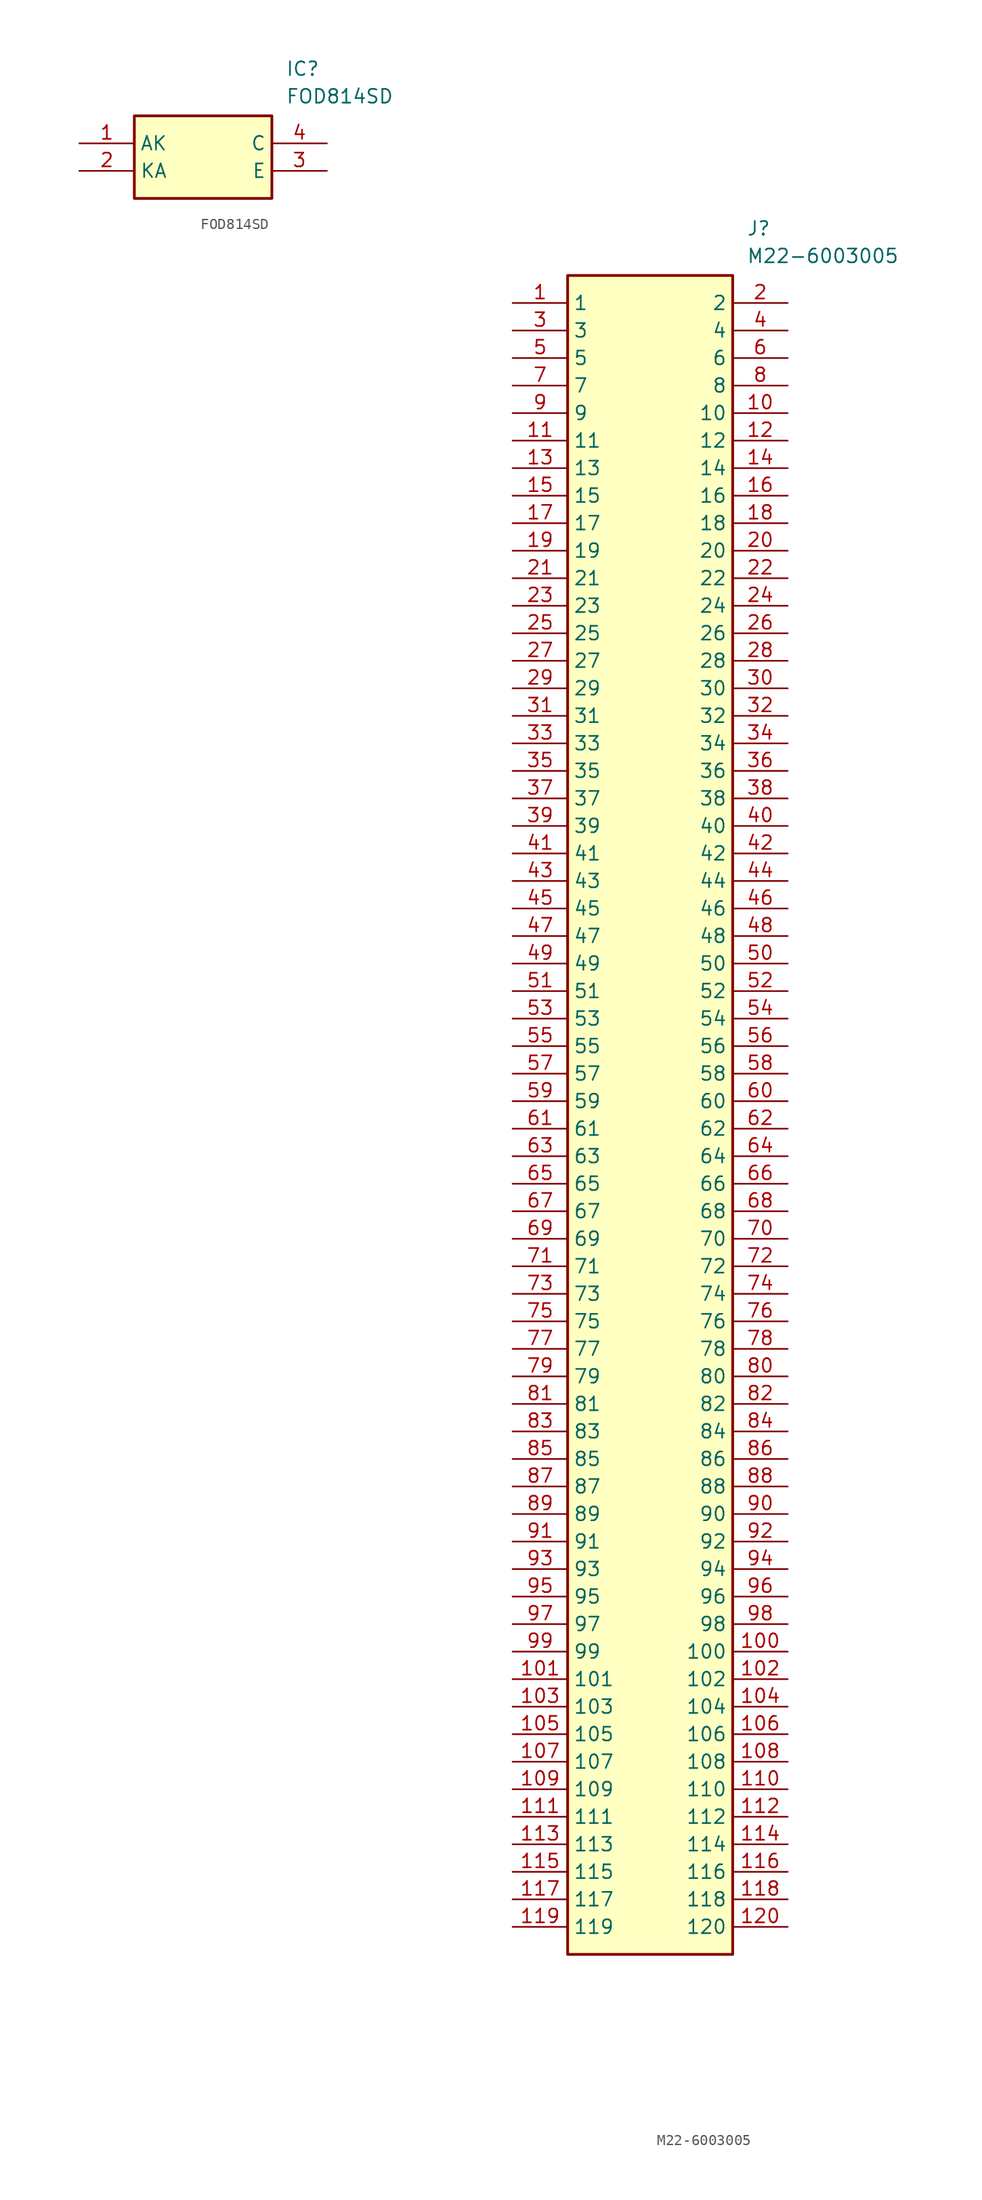
<source format=kicad_sym>
(kicad_symbol_lib
  (version 20231120)
  (generator "kicad_symbol_editor")
  (generator_version "8.0")
  (symbol "FOD814SD"
    (property "Reference" "IC"
      (at 19.05 7.62 0)
      (effects (font (size 1.27 1.27)) (justify left top)))
    (property "Value" "FOD814SD"
      (at 19.05 5.08 0)
      (effects (font (size 1.27 1.27)) (justify left top)))
    (symbol "FOD814SD_1_1"
      (rectangle (start 5.08 2.54) (end 17.78 -5.08) (stroke (width 0.254) (type default)) (fill (type background)))
      (pin passive line (at 0 0 0) (length 5.08) (name "AK" (effects (font (size 1.27 1.27)))) (number "1" (effects (font (size 1.27 1.27)))))
      (pin passive line (at 0 -2.54 0) (length 5.08) (name "KA" (effects (font (size 1.27 1.27)))) (number "2" (effects (font (size 1.27 1.27)))))
      (pin passive line (at 22.86 -2.54 180) (length 5.08) (name "E" (effects (font (size 1.27 1.27)))) (number "3" (effects (font (size 1.27 1.27)))))
      (pin passive line (at 22.86 0 180) (length 5.08) (name "C" (effects (font (size 1.27 1.27)))) (number "4" (effects (font (size 1.27 1.27)))))))
  (symbol "M22-6003005"
    (property "Reference" "J"
      (at 21.59 7.62 0)
      (effects (font (size 1.27 1.27)) (justify left top)))
    (property "Value" "M22-6003005"
      (at 21.59 5.08 0)
      (effects (font (size 1.27 1.27)) (justify left top)))
    (symbol "M22-6003005_1_1"
      (rectangle (start 5.08 2.54) (end 20.32 -152.4) (stroke (width 0.254) (type default)) (fill (type background)))
      (pin passive line (at 0 0 0) (length 5.08) (name "1" (effects (font (size 1.27 1.27)))) (number "1" (effects (font (size 1.27 1.27)))))
      (pin passive line (at 25.4 -10.16 180) (length 5.08) (name "10" (effects (font (size 1.27 1.27)))) (number "10" (effects (font (size 1.27 1.27)))))
      (pin passive line (at 25.4 -124.46 180) (length 5.08) (name "100" (effects (font (size 1.27 1.27)))) (number "100" (effects (font (size 1.27 1.27)))))
      (pin passive line (at 0 -127 0) (length 5.08) (name "101" (effects (font (size 1.27 1.27)))) (number "101" (effects (font (size 1.27 1.27)))))
      (pin passive line (at 25.4 -127 180) (length 5.08) (name "102" (effects (font (size 1.27 1.27)))) (number "102" (effects (font (size 1.27 1.27)))))
      (pin passive line (at 0 -129.54 0) (length 5.08) (name "103" (effects (font (size 1.27 1.27)))) (number "103" (effects (font (size 1.27 1.27)))))
      (pin passive line (at 25.4 -129.54 180) (length 5.08) (name "104" (effects (font (size 1.27 1.27)))) (number "104" (effects (font (size 1.27 1.27)))))
      (pin passive line (at 0 -132.08 0) (length 5.08) (name "105" (effects (font (size 1.27 1.27)))) (number "105" (effects (font (size 1.27 1.27)))))
      (pin passive line (at 25.4 -132.08 180) (length 5.08) (name "106" (effects (font (size 1.27 1.27)))) (number "106" (effects (font (size 1.27 1.27)))))
      (pin passive line (at 0 -134.62 0) (length 5.08) (name "107" (effects (font (size 1.27 1.27)))) (number "107" (effects (font (size 1.27 1.27)))))
      (pin passive line (at 25.4 -134.62 180) (length 5.08) (name "108" (effects (font (size 1.27 1.27)))) (number "108" (effects (font (size 1.27 1.27)))))
      (pin passive line (at 0 -137.16 0) (length 5.08) (name "109" (effects (font (size 1.27 1.27)))) (number "109" (effects (font (size 1.27 1.27)))))
      (pin passive line (at 0 -12.7 0) (length 5.08) (name "11" (effects (font (size 1.27 1.27)))) (number "11" (effects (font (size 1.27 1.27)))))
      (pin passive line (at 25.4 -137.16 180) (length 5.08) (name "110" (effects (font (size 1.27 1.27)))) (number "110" (effects (font (size 1.27 1.27)))))
      (pin passive line (at 0 -139.7 0) (length 5.08) (name "111" (effects (font (size 1.27 1.27)))) (number "111" (effects (font (size 1.27 1.27)))))
      (pin passive line (at 25.4 -139.7 180) (length 5.08) (name "112" (effects (font (size 1.27 1.27)))) (number "112" (effects (font (size 1.27 1.27)))))
      (pin passive line (at 0 -142.24 0) (length 5.08) (name "113" (effects (font (size 1.27 1.27)))) (number "113" (effects (font (size 1.27 1.27)))))
      (pin passive line (at 25.4 -142.24 180) (length 5.08) (name "114" (effects (font (size 1.27 1.27)))) (number "114" (effects (font (size 1.27 1.27)))))
      (pin passive line (at 0 -144.78 0) (length 5.08) (name "115" (effects (font (size 1.27 1.27)))) (number "115" (effects (font (size 1.27 1.27)))))
      (pin passive line (at 25.4 -144.78 180) (length 5.08) (name "116" (effects (font (size 1.27 1.27)))) (number "116" (effects (font (size 1.27 1.27)))))
      (pin passive line (at 0 -147.32 0) (length 5.08) (name "117" (effects (font (size 1.27 1.27)))) (number "117" (effects (font (size 1.27 1.27)))))
      (pin passive line (at 25.4 -147.32 180) (length 5.08) (name "118" (effects (font (size 1.27 1.27)))) (number "118" (effects (font (size 1.27 1.27)))))
      (pin passive line (at 0 -149.86 0) (length 5.08) (name "119" (effects (font (size 1.27 1.27)))) (number "119" (effects (font (size 1.27 1.27)))))
      (pin passive line (at 25.4 -12.7 180) (length 5.08) (name "12" (effects (font (size 1.27 1.27)))) (number "12" (effects (font (size 1.27 1.27)))))
      (pin passive line (at 25.4 -149.86 180) (length 5.08) (name "120" (effects (font (size 1.27 1.27)))) (number "120" (effects (font (size 1.27 1.27)))))
      (pin passive line (at 0 -15.24 0) (length 5.08) (name "13" (effects (font (size 1.27 1.27)))) (number "13" (effects (font (size 1.27 1.27)))))
      (pin passive line (at 25.4 -15.24 180) (length 5.08) (name "14" (effects (font (size 1.27 1.27)))) (number "14" (effects (font (size 1.27 1.27)))))
      (pin passive line (at 0 -17.78 0) (length 5.08) (name "15" (effects (font (size 1.27 1.27)))) (number "15" (effects (font (size 1.27 1.27)))))
      (pin passive line (at 25.4 -17.78 180) (length 5.08) (name "16" (effects (font (size 1.27 1.27)))) (number "16" (effects (font (size 1.27 1.27)))))
      (pin passive line (at 0 -20.32 0) (length 5.08) (name "17" (effects (font (size 1.27 1.27)))) (number "17" (effects (font (size 1.27 1.27)))))
      (pin passive line (at 25.4 -20.32 180) (length 5.08) (name "18" (effects (font (size 1.27 1.27)))) (number "18" (effects (font (size 1.27 1.27)))))
      (pin passive line (at 0 -22.86 0) (length 5.08) (name "19" (effects (font (size 1.27 1.27)))) (number "19" (effects (font (size 1.27 1.27)))))
      (pin passive line (at 25.4 0 180) (length 5.08) (name "2" (effects (font (size 1.27 1.27)))) (number "2" (effects (font (size 1.27 1.27)))))
      (pin passive line (at 25.4 -22.86 180) (length 5.08) (name "20" (effects (font (size 1.27 1.27)))) (number "20" (effects (font (size 1.27 1.27)))))
      (pin passive line (at 0 -25.4 0) (length 5.08) (name "21" (effects (font (size 1.27 1.27)))) (number "21" (effects (font (size 1.27 1.27)))))
      (pin passive line (at 25.4 -25.4 180) (length 5.08) (name "22" (effects (font (size 1.27 1.27)))) (number "22" (effects (font (size 1.27 1.27)))))
      (pin passive line (at 0 -27.94 0) (length 5.08) (name "23" (effects (font (size 1.27 1.27)))) (number "23" (effects (font (size 1.27 1.27)))))
      (pin passive line (at 25.4 -27.94 180) (length 5.08) (name "24" (effects (font (size 1.27 1.27)))) (number "24" (effects (font (size 1.27 1.27)))))
      (pin passive line (at 0 -30.48 0) (length 5.08) (name "25" (effects (font (size 1.27 1.27)))) (number "25" (effects (font (size 1.27 1.27)))))
      (pin passive line (at 25.4 -30.48 180) (length 5.08) (name "26" (effects (font (size 1.27 1.27)))) (number "26" (effects (font (size 1.27 1.27)))))
      (pin passive line (at 0 -33.02 0) (length 5.08) (name "27" (effects (font (size 1.27 1.27)))) (number "27" (effects (font (size 1.27 1.27)))))
      (pin passive line (at 25.4 -33.02 180) (length 5.08) (name "28" (effects (font (size 1.27 1.27)))) (number "28" (effects (font (size 1.27 1.27)))))
      (pin passive line (at 0 -35.56 0) (length 5.08) (name "29" (effects (font (size 1.27 1.27)))) (number "29" (effects (font (size 1.27 1.27)))))
      (pin passive line (at 0 -2.54 0) (length 5.08) (name "3" (effects (font (size 1.27 1.27)))) (number "3" (effects (font (size 1.27 1.27)))))
      (pin passive line (at 25.4 -35.56 180) (length 5.08) (name "30" (effects (font (size 1.27 1.27)))) (number "30" (effects (font (size 1.27 1.27)))))
      (pin passive line (at 0 -38.1 0) (length 5.08) (name "31" (effects (font (size 1.27 1.27)))) (number "31" (effects (font (size 1.27 1.27)))))
      (pin passive line (at 25.4 -38.1 180) (length 5.08) (name "32" (effects (font (size 1.27 1.27)))) (number "32" (effects (font (size 1.27 1.27)))))
      (pin passive line (at 0 -40.64 0) (length 5.08) (name "33" (effects (font (size 1.27 1.27)))) (number "33" (effects (font (size 1.27 1.27)))))
      (pin passive line (at 25.4 -40.64 180) (length 5.08) (name "34" (effects (font (size 1.27 1.27)))) (number "34" (effects (font (size 1.27 1.27)))))
      (pin passive line (at 0 -43.18 0) (length 5.08) (name "35" (effects (font (size 1.27 1.27)))) (number "35" (effects (font (size 1.27 1.27)))))
      (pin passive line (at 25.4 -43.18 180) (length 5.08) (name "36" (effects (font (size 1.27 1.27)))) (number "36" (effects (font (size 1.27 1.27)))))
      (pin passive line (at 0 -45.72 0) (length 5.08) (name "37" (effects (font (size 1.27 1.27)))) (number "37" (effects (font (size 1.27 1.27)))))
      (pin passive line (at 25.4 -45.72 180) (length 5.08) (name "38" (effects (font (size 1.27 1.27)))) (number "38" (effects (font (size 1.27 1.27)))))
      (pin passive line (at 0 -48.26 0) (length 5.08) (name "39" (effects (font (size 1.27 1.27)))) (number "39" (effects (font (size 1.27 1.27)))))
      (pin passive line (at 25.4 -2.54 180) (length 5.08) (name "4" (effects (font (size 1.27 1.27)))) (number "4" (effects (font (size 1.27 1.27)))))
      (pin passive line (at 25.4 -48.26 180) (length 5.08) (name "40" (effects (font (size 1.27 1.27)))) (number "40" (effects (font (size 1.27 1.27)))))
      (pin passive line (at 0 -50.8 0) (length 5.08) (name "41" (effects (font (size 1.27 1.27)))) (number "41" (effects (font (size 1.27 1.27)))))
      (pin passive line (at 25.4 -50.8 180) (length 5.08) (name "42" (effects (font (size 1.27 1.27)))) (number "42" (effects (font (size 1.27 1.27)))))
      (pin passive line (at 0 -53.34 0) (length 5.08) (name "43" (effects (font (size 1.27 1.27)))) (number "43" (effects (font (size 1.27 1.27)))))
      (pin passive line (at 25.4 -53.34 180) (length 5.08) (name "44" (effects (font (size 1.27 1.27)))) (number "44" (effects (font (size 1.27 1.27)))))
      (pin passive line (at 0 -55.88 0) (length 5.08) (name "45" (effects (font (size 1.27 1.27)))) (number "45" (effects (font (size 1.27 1.27)))))
      (pin passive line (at 25.4 -55.88 180) (length 5.08) (name "46" (effects (font (size 1.27 1.27)))) (number "46" (effects (font (size 1.27 1.27)))))
      (pin passive line (at 0 -58.42 0) (length 5.08) (name "47" (effects (font (size 1.27 1.27)))) (number "47" (effects (font (size 1.27 1.27)))))
      (pin passive line (at 25.4 -58.42 180) (length 5.08) (name "48" (effects (font (size 1.27 1.27)))) (number "48" (effects (font (size 1.27 1.27)))))
      (pin passive line (at 0 -60.96 0) (length 5.08) (name "49" (effects (font (size 1.27 1.27)))) (number "49" (effects (font (size 1.27 1.27)))))
      (pin passive line (at 0 -5.08 0) (length 5.08) (name "5" (effects (font (size 1.27 1.27)))) (number "5" (effects (font (size 1.27 1.27)))))
      (pin passive line (at 25.4 -60.96 180) (length 5.08) (name "50" (effects (font (size 1.27 1.27)))) (number "50" (effects (font (size 1.27 1.27)))))
      (pin passive line (at 0 -63.5 0) (length 5.08) (name "51" (effects (font (size 1.27 1.27)))) (number "51" (effects (font (size 1.27 1.27)))))
      (pin passive line (at 25.4 -63.5 180) (length 5.08) (name "52" (effects (font (size 1.27 1.27)))) (number "52" (effects (font (size 1.27 1.27)))))
      (pin passive line (at 0 -66.04 0) (length 5.08) (name "53" (effects (font (size 1.27 1.27)))) (number "53" (effects (font (size 1.27 1.27)))))
      (pin passive line (at 25.4 -66.04 180) (length 5.08) (name "54" (effects (font (size 1.27 1.27)))) (number "54" (effects (font (size 1.27 1.27)))))
      (pin passive line (at 0 -68.58 0) (length 5.08) (name "55" (effects (font (size 1.27 1.27)))) (number "55" (effects (font (size 1.27 1.27)))))
      (pin passive line (at 25.4 -68.58 180) (length 5.08) (name "56" (effects (font (size 1.27 1.27)))) (number "56" (effects (font (size 1.27 1.27)))))
      (pin passive line (at 0 -71.12 0) (length 5.08) (name "57" (effects (font (size 1.27 1.27)))) (number "57" (effects (font (size 1.27 1.27)))))
      (pin passive line (at 25.4 -71.12 180) (length 5.08) (name "58" (effects (font (size 1.27 1.27)))) (number "58" (effects (font (size 1.27 1.27)))))
      (pin passive line (at 0 -73.66 0) (length 5.08) (name "59" (effects (font (size 1.27 1.27)))) (number "59" (effects (font (size 1.27 1.27)))))
      (pin passive line (at 25.4 -5.08 180) (length 5.08) (name "6" (effects (font (size 1.27 1.27)))) (number "6" (effects (font (size 1.27 1.27)))))
      (pin passive line (at 25.4 -73.66 180) (length 5.08) (name "60" (effects (font (size 1.27 1.27)))) (number "60" (effects (font (size 1.27 1.27)))))
      (pin passive line (at 0 -76.2 0) (length 5.08) (name "61" (effects (font (size 1.27 1.27)))) (number "61" (effects (font (size 1.27 1.27)))))
      (pin passive line (at 25.4 -76.2 180) (length 5.08) (name "62" (effects (font (size 1.27 1.27)))) (number "62" (effects (font (size 1.27 1.27)))))
      (pin passive line (at 0 -78.74 0) (length 5.08) (name "63" (effects (font (size 1.27 1.27)))) (number "63" (effects (font (size 1.27 1.27)))))
      (pin passive line (at 25.4 -78.74 180) (length 5.08) (name "64" (effects (font (size 1.27 1.27)))) (number "64" (effects (font (size 1.27 1.27)))))
      (pin passive line (at 0 -81.28 0) (length 5.08) (name "65" (effects (font (size 1.27 1.27)))) (number "65" (effects (font (size 1.27 1.27)))))
      (pin passive line (at 25.4 -81.28 180) (length 5.08) (name "66" (effects (font (size 1.27 1.27)))) (number "66" (effects (font (size 1.27 1.27)))))
      (pin passive line (at 0 -83.82 0) (length 5.08) (name "67" (effects (font (size 1.27 1.27)))) (number "67" (effects (font (size 1.27 1.27)))))
      (pin passive line (at 25.4 -83.82 180) (length 5.08) (name "68" (effects (font (size 1.27 1.27)))) (number "68" (effects (font (size 1.27 1.27)))))
      (pin passive line (at 0 -86.36 0) (length 5.08) (name "69" (effects (font (size 1.27 1.27)))) (number "69" (effects (font (size 1.27 1.27)))))
      (pin passive line (at 0 -7.62 0) (length 5.08) (name "7" (effects (font (size 1.27 1.27)))) (number "7" (effects (font (size 1.27 1.27)))))
      (pin passive line (at 25.4 -86.36 180) (length 5.08) (name "70" (effects (font (size 1.27 1.27)))) (number "70" (effects (font (size 1.27 1.27)))))
      (pin passive line (at 0 -88.9 0) (length 5.08) (name "71" (effects (font (size 1.27 1.27)))) (number "71" (effects (font (size 1.27 1.27)))))
      (pin passive line (at 25.4 -88.9 180) (length 5.08) (name "72" (effects (font (size 1.27 1.27)))) (number "72" (effects (font (size 1.27 1.27)))))
      (pin passive line (at 0 -91.44 0) (length 5.08) (name "73" (effects (font (size 1.27 1.27)))) (number "73" (effects (font (size 1.27 1.27)))))
      (pin passive line (at 25.4 -91.44 180) (length 5.08) (name "74" (effects (font (size 1.27 1.27)))) (number "74" (effects (font (size 1.27 1.27)))))
      (pin passive line (at 0 -93.98 0) (length 5.08) (name "75" (effects (font (size 1.27 1.27)))) (number "75" (effects (font (size 1.27 1.27)))))
      (pin passive line (at 25.4 -93.98 180) (length 5.08) (name "76" (effects (font (size 1.27 1.27)))) (number "76" (effects (font (size 1.27 1.27)))))
      (pin passive line (at 0 -96.52 0) (length 5.08) (name "77" (effects (font (size 1.27 1.27)))) (number "77" (effects (font (size 1.27 1.27)))))
      (pin passive line (at 25.4 -96.52 180) (length 5.08) (name "78" (effects (font (size 1.27 1.27)))) (number "78" (effects (font (size 1.27 1.27)))))
      (pin passive line (at 0 -99.06 0) (length 5.08) (name "79" (effects (font (size 1.27 1.27)))) (number "79" (effects (font (size 1.27 1.27)))))
      (pin passive line (at 25.4 -7.62 180) (length 5.08) (name "8" (effects (font (size 1.27 1.27)))) (number "8" (effects (font (size 1.27 1.27)))))
      (pin passive line (at 25.4 -99.06 180) (length 5.08) (name "80" (effects (font (size 1.27 1.27)))) (number "80" (effects (font (size 1.27 1.27)))))
      (pin passive line (at 0 -101.6 0) (length 5.08) (name "81" (effects (font (size 1.27 1.27)))) (number "81" (effects (font (size 1.27 1.27)))))
      (pin passive line (at 25.4 -101.6 180) (length 5.08) (name "82" (effects (font (size 1.27 1.27)))) (number "82" (effects (font (size 1.27 1.27)))))
      (pin passive line (at 0 -104.14 0) (length 5.08) (name "83" (effects (font (size 1.27 1.27)))) (number "83" (effects (font (size 1.27 1.27)))))
      (pin passive line (at 25.4 -104.14 180) (length 5.08) (name "84" (effects (font (size 1.27 1.27)))) (number "84" (effects (font (size 1.27 1.27)))))
      (pin passive line (at 0 -106.68 0) (length 5.08) (name "85" (effects (font (size 1.27 1.27)))) (number "85" (effects (font (size 1.27 1.27)))))
      (pin passive line (at 25.4 -106.68 180) (length 5.08) (name "86" (effects (font (size 1.27 1.27)))) (number "86" (effects (font (size 1.27 1.27)))))
      (pin passive line (at 0 -109.22 0) (length 5.08) (name "87" (effects (font (size 1.27 1.27)))) (number "87" (effects (font (size 1.27 1.27)))))
      (pin passive line (at 25.4 -109.22 180) (length 5.08) (name "88" (effects (font (size 1.27 1.27)))) (number "88" (effects (font (size 1.27 1.27)))))
      (pin passive line (at 0 -111.76 0) (length 5.08) (name "89" (effects (font (size 1.27 1.27)))) (number "89" (effects (font (size 1.27 1.27)))))
      (pin passive line (at 0 -10.16 0) (length 5.08) (name "9" (effects (font (size 1.27 1.27)))) (number "9" (effects (font (size 1.27 1.27)))))
      (pin passive line (at 25.4 -111.76 180) (length 5.08) (name "90" (effects (font (size 1.27 1.27)))) (number "90" (effects (font (size 1.27 1.27)))))
      (pin passive line (at 0 -114.3 0) (length 5.08) (name "91" (effects (font (size 1.27 1.27)))) (number "91" (effects (font (size 1.27 1.27)))))
      (pin passive line (at 25.4 -114.3 180) (length 5.08) (name "92" (effects (font (size 1.27 1.27)))) (number "92" (effects (font (size 1.27 1.27)))))
      (pin passive line (at 0 -116.84 0) (length 5.08) (name "93" (effects (font (size 1.27 1.27)))) (number "93" (effects (font (size 1.27 1.27)))))
      (pin passive line (at 25.4 -116.84 180) (length 5.08) (name "94" (effects (font (size 1.27 1.27)))) (number "94" (effects (font (size 1.27 1.27)))))
      (pin passive line (at 0 -119.38 0) (length 5.08) (name "95" (effects (font (size 1.27 1.27)))) (number "95" (effects (font (size 1.27 1.27)))))
      (pin passive line (at 25.4 -119.38 180) (length 5.08) (name "96" (effects (font (size 1.27 1.27)))) (number "96" (effects (font (size 1.27 1.27)))))
      (pin passive line (at 0 -121.92 0) (length 5.08) (name "97" (effects (font (size 1.27 1.27)))) (number "97" (effects (font (size 1.27 1.27)))))
      (pin passive line (at 25.4 -121.92 180) (length 5.08) (name "98" (effects (font (size 1.27 1.27)))) (number "98" (effects (font (size 1.27 1.27)))))
      (pin passive line (at 0 -124.46 0) (length 5.08) (name "99" (effects (font (size 1.27 1.27)))) (number "99" (effects (font (size 1.27 1.27))))))))
</source>
